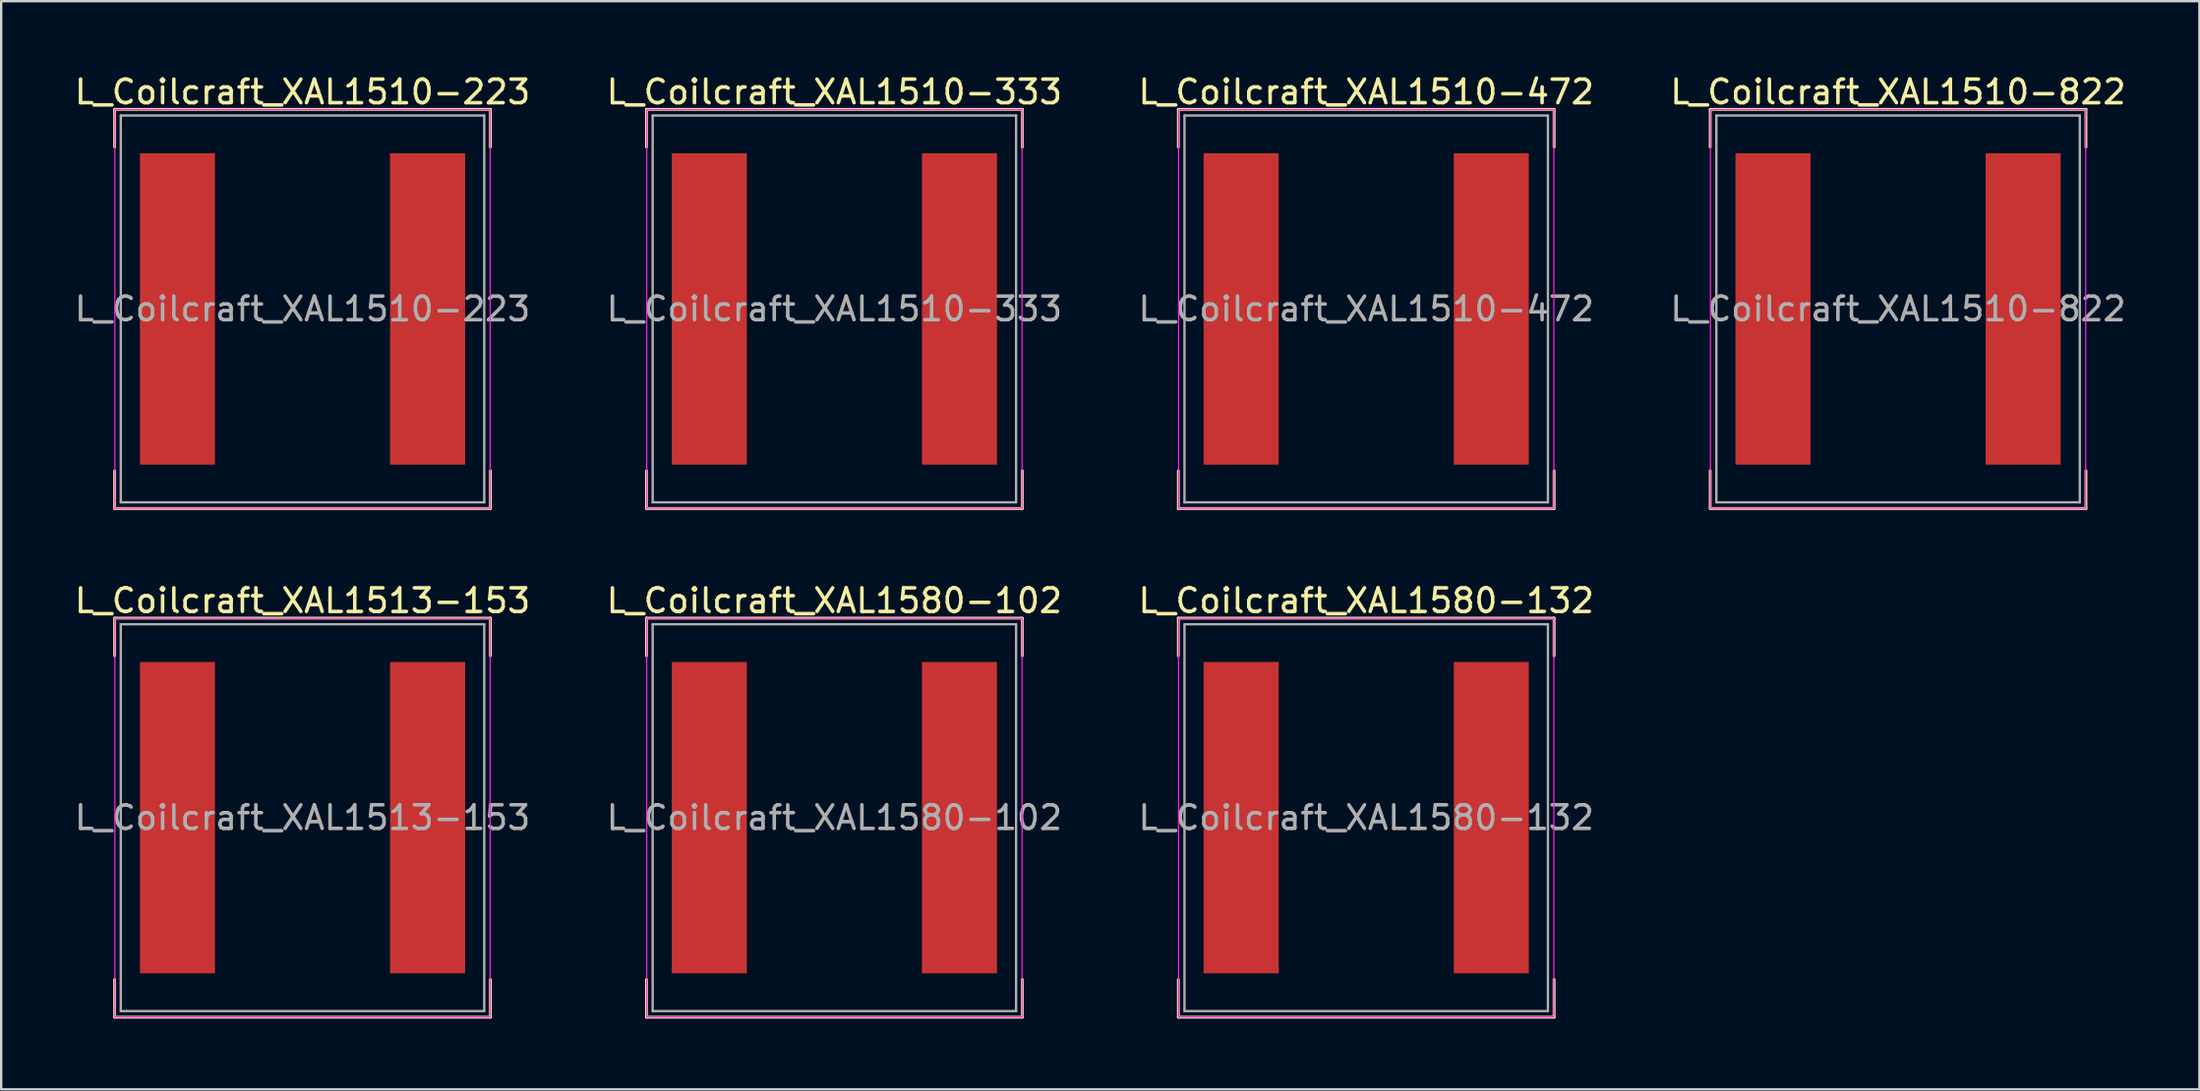
<source format=kicad_pcb>
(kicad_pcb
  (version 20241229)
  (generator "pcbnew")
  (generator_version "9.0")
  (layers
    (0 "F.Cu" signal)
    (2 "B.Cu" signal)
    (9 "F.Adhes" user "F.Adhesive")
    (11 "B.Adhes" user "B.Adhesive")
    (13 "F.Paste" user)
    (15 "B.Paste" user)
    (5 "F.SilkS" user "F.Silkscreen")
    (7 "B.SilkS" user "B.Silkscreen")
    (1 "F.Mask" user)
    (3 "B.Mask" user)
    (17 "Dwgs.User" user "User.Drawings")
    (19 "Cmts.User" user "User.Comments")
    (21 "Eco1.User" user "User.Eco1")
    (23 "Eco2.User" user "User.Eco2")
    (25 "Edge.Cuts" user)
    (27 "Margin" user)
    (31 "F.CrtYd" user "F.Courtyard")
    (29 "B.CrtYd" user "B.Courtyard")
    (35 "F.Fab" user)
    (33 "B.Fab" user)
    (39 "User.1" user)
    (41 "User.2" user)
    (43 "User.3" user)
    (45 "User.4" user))
  (footprint "L_Coilcraft_XAL1510-223"
    (layer "F.Cu")
    (at 9.768 10.048)
    (property "Reference" "L_Coilcraft_XAL1510-223" (at 0 -9.2 0) (layer "F.SilkS") (effects (font (size 1 1) (thickness 0.15))))
    (attr smd)
    (fp_line (start -7.96 -8.46) (end -7.96 -6.86) (stroke (width 0.12) (type solid)) (layer "F.SilkS"))
    (fp_line (start -7.96 -8.46) (end 7.96 -8.46) (stroke (width 0.12) (type solid)) (layer "F.SilkS"))
    (fp_line (start -7.96 8.46) (end -7.96 6.86) (stroke (width 0.12) (type solid)) (layer "F.SilkS"))
    (fp_line (start -7.96 8.46) (end 7.96 8.46) (stroke (width 0.12) (type solid)) (layer "F.SilkS"))
    (fp_line (start 7.96 -8.46) (end 7.96 -6.86) (stroke (width 0.12) (type solid)) (layer "F.SilkS"))
    (fp_line (start 7.96 8.46) (end 7.96 6.86) (stroke (width 0.12) (type solid)) (layer "F.SilkS"))
    (fp_line (start -7.95 -8.45) (end -7.95 8.45) (stroke (width 0.05) (type solid)) (layer "F.CrtYd"))
    (fp_line (start -7.95 8.45) (end 7.95 8.45) (stroke (width 0.05) (type solid)) (layer "F.CrtYd"))
    (fp_line (start 7.95 -8.45) (end -7.95 -8.45) (stroke (width 0.05) (type solid)) (layer "F.CrtYd"))
    (fp_line (start 7.95 8.45) (end 7.95 -8.45) (stroke (width 0.05) (type solid)) (layer "F.CrtYd"))
    (fp_line (start -7.7 -8.2) (end -7.7 8.2) (stroke (width 0.1) (type solid)) (layer "F.Fab"))
    (fp_line (start -7.7 8.2) (end 7.7 8.2) (stroke (width 0.1) (type solid)) (layer "F.Fab"))
    (fp_line (start 7.7 -8.2) (end -7.7 -8.2) (stroke (width 0.1) (type solid)) (layer "F.Fab"))
    (fp_line (start 7.7 8.2) (end 7.7 -8.2) (stroke (width 0.1) (type solid)) (layer "F.Fab"))
    (fp_text user "${REFERENCE}" (at 0 0 0) (layer "F.Fab") (effects (font (size 1 1) (thickness 0.15))))
    (pad "1" smd rect (at -5.3 0) (size 3.18 13.2) (layers "F.Cu" "F.Mask" "F.Paste"))
    (pad "2" smd rect (at 5.3 0) (size 3.18 13.2) (layers "F.Cu" "F.Mask" "F.Paste")))
  (footprint "L_Coilcraft_XAL1580-102"
    (layer "F.Cu")
    (at 32.304 31.616)
    (property "Reference" "L_Coilcraft_XAL1580-102" (at 0 -9.2 0) (layer "F.SilkS") (effects (font (size 1 1) (thickness 0.15))))
    (attr smd)
    (fp_line (start -7.96 -8.46) (end -7.96 -6.86) (stroke (width 0.12) (type solid)) (layer "F.SilkS"))
    (fp_line (start -7.96 -8.46) (end 7.96 -8.46) (stroke (width 0.12) (type solid)) (layer "F.SilkS"))
    (fp_line (start -7.96 8.46) (end -7.96 6.86) (stroke (width 0.12) (type solid)) (layer "F.SilkS"))
    (fp_line (start -7.96 8.46) (end 7.96 8.46) (stroke (width 0.12) (type solid)) (layer "F.SilkS"))
    (fp_line (start 7.96 -8.46) (end 7.96 -6.86) (stroke (width 0.12) (type solid)) (layer "F.SilkS"))
    (fp_line (start 7.96 8.46) (end 7.96 6.86) (stroke (width 0.12) (type solid)) (layer "F.SilkS"))
    (fp_line (start -7.95 -8.45) (end -7.95 8.45) (stroke (width 0.05) (type solid)) (layer "F.CrtYd"))
    (fp_line (start -7.95 8.45) (end 7.95 8.45) (stroke (width 0.05) (type solid)) (layer "F.CrtYd"))
    (fp_line (start 7.95 -8.45) (end -7.95 -8.45) (stroke (width 0.05) (type solid)) (layer "F.CrtYd"))
    (fp_line (start 7.95 8.45) (end 7.95 -8.45) (stroke (width 0.05) (type solid)) (layer "F.CrtYd"))
    (fp_line (start -7.7 -8.2) (end -7.7 8.2) (stroke (width 0.1) (type solid)) (layer "F.Fab"))
    (fp_line (start -7.7 8.2) (end 7.7 8.2) (stroke (width 0.1) (type solid)) (layer "F.Fab"))
    (fp_line (start 7.7 -8.2) (end -7.7 -8.2) (stroke (width 0.1) (type solid)) (layer "F.Fab"))
    (fp_line (start 7.7 8.2) (end 7.7 -8.2) (stroke (width 0.1) (type solid)) (layer "F.Fab"))
    (fp_text user "${REFERENCE}" (at 0 0 0) (layer "F.Fab") (effects (font (size 1 1) (thickness 0.15))))
    (pad "1" smd rect (at -5.3 0) (size 3.18 13.2) (layers "F.Cu" "F.Mask" "F.Paste"))
    (pad "2" smd rect (at 5.3 0) (size 3.18 13.2) (layers "F.Cu" "F.Mask" "F.Paste")))
  (footprint "L_Coilcraft_XAL1510-333"
    (layer "F.Cu")
    (at 32.304 10.048)
    (property "Reference" "L_Coilcraft_XAL1510-333" (at 0 -9.2 0) (layer "F.SilkS") (effects (font (size 1 1) (thickness 0.15))))
    (attr smd)
    (fp_line (start -7.96 -8.46) (end -7.96 -6.86) (stroke (width 0.12) (type solid)) (layer "F.SilkS"))
    (fp_line (start -7.96 -8.46) (end 7.96 -8.46) (stroke (width 0.12) (type solid)) (layer "F.SilkS"))
    (fp_line (start -7.96 8.46) (end -7.96 6.86) (stroke (width 0.12) (type solid)) (layer "F.SilkS"))
    (fp_line (start -7.96 8.46) (end 7.96 8.46) (stroke (width 0.12) (type solid)) (layer "F.SilkS"))
    (fp_line (start 7.96 -8.46) (end 7.96 -6.86) (stroke (width 0.12) (type solid)) (layer "F.SilkS"))
    (fp_line (start 7.96 8.46) (end 7.96 6.86) (stroke (width 0.12) (type solid)) (layer "F.SilkS"))
    (fp_line (start -7.95 -8.45) (end -7.95 8.45) (stroke (width 0.05) (type solid)) (layer "F.CrtYd"))
    (fp_line (start -7.95 8.45) (end 7.95 8.45) (stroke (width 0.05) (type solid)) (layer "F.CrtYd"))
    (fp_line (start 7.95 -8.45) (end -7.95 -8.45) (stroke (width 0.05) (type solid)) (layer "F.CrtYd"))
    (fp_line (start 7.95 8.45) (end 7.95 -8.45) (stroke (width 0.05) (type solid)) (layer "F.CrtYd"))
    (fp_line (start -7.7 -8.2) (end -7.7 8.2) (stroke (width 0.1) (type solid)) (layer "F.Fab"))
    (fp_line (start -7.7 8.2) (end 7.7 8.2) (stroke (width 0.1) (type solid)) (layer "F.Fab"))
    (fp_line (start 7.7 -8.2) (end -7.7 -8.2) (stroke (width 0.1) (type solid)) (layer "F.Fab"))
    (fp_line (start 7.7 8.2) (end 7.7 -8.2) (stroke (width 0.1) (type solid)) (layer "F.Fab"))
    (fp_text user "${REFERENCE}" (at 0 0 0) (layer "F.Fab") (effects (font (size 1 1) (thickness 0.15))))
    (pad "1" smd rect (at -5.3 0) (size 3.18 13.2) (layers "F.Cu" "F.Mask" "F.Paste"))
    (pad "2" smd rect (at 5.3 0) (size 3.18 13.2) (layers "F.Cu" "F.Mask" "F.Paste")))
  (footprint "L_Coilcraft_XAL1513-153"
    (layer "F.Cu")
    (at 9.768 31.616)
    (property "Reference" "L_Coilcraft_XAL1513-153" (at 0 -9.2 0) (layer "F.SilkS") (effects (font (size 1 1) (thickness 0.15))))
    (attr smd)
    (fp_line (start -7.96 -8.46) (end -7.96 -6.86) (stroke (width 0.12) (type solid)) (layer "F.SilkS"))
    (fp_line (start -7.96 -8.46) (end 7.96 -8.46) (stroke (width 0.12) (type solid)) (layer "F.SilkS"))
    (fp_line (start -7.96 8.46) (end -7.96 6.86) (stroke (width 0.12) (type solid)) (layer "F.SilkS"))
    (fp_line (start -7.96 8.46) (end 7.96 8.46) (stroke (width 0.12) (type solid)) (layer "F.SilkS"))
    (fp_line (start 7.96 -8.46) (end 7.96 -6.86) (stroke (width 0.12) (type solid)) (layer "F.SilkS"))
    (fp_line (start 7.96 8.46) (end 7.96 6.86) (stroke (width 0.12) (type solid)) (layer "F.SilkS"))
    (fp_line (start -7.95 -8.45) (end -7.95 8.45) (stroke (width 0.05) (type solid)) (layer "F.CrtYd"))
    (fp_line (start -7.95 8.45) (end 7.95 8.45) (stroke (width 0.05) (type solid)) (layer "F.CrtYd"))
    (fp_line (start 7.95 -8.45) (end -7.95 -8.45) (stroke (width 0.05) (type solid)) (layer "F.CrtYd"))
    (fp_line (start 7.95 8.45) (end 7.95 -8.45) (stroke (width 0.05) (type solid)) (layer "F.CrtYd"))
    (fp_line (start -7.7 -8.2) (end -7.7 8.2) (stroke (width 0.1) (type solid)) (layer "F.Fab"))
    (fp_line (start -7.7 8.2) (end 7.7 8.2) (stroke (width 0.1) (type solid)) (layer "F.Fab"))
    (fp_line (start 7.7 -8.2) (end -7.7 -8.2) (stroke (width 0.1) (type solid)) (layer "F.Fab"))
    (fp_line (start 7.7 8.2) (end 7.7 -8.2) (stroke (width 0.1) (type solid)) (layer "F.Fab"))
    (fp_text user "${REFERENCE}" (at 0 0 0) (layer "F.Fab") (effects (font (size 1 1) (thickness 0.15))))
    (pad "1" smd rect (at -5.3 0) (size 3.18 13.2) (layers "F.Cu" "F.Mask" "F.Paste"))
    (pad "2" smd rect (at 5.3 0) (size 3.18 13.2) (layers "F.Cu" "F.Mask" "F.Paste")))
  (footprint "L_Coilcraft_XAL1510-822"
    (layer "F.Cu")
    (at 77.375 10.048)
    (property "Reference" "L_Coilcraft_XAL1510-822" (at 0 -9.2 0) (layer "F.SilkS") (effects (font (size 1 1) (thickness 0.15))))
    (attr smd)
    (fp_line (start -7.96 -8.46) (end -7.96 -6.86) (stroke (width 0.12) (type solid)) (layer "F.SilkS"))
    (fp_line (start -7.96 -8.46) (end 7.96 -8.46) (stroke (width 0.12) (type solid)) (layer "F.SilkS"))
    (fp_line (start -7.96 8.46) (end -7.96 6.86) (stroke (width 0.12) (type solid)) (layer "F.SilkS"))
    (fp_line (start -7.96 8.46) (end 7.96 8.46) (stroke (width 0.12) (type solid)) (layer "F.SilkS"))
    (fp_line (start 7.96 -8.46) (end 7.96 -6.86) (stroke (width 0.12) (type solid)) (layer "F.SilkS"))
    (fp_line (start 7.96 8.46) (end 7.96 6.86) (stroke (width 0.12) (type solid)) (layer "F.SilkS"))
    (fp_line (start -7.95 -8.45) (end -7.95 8.45) (stroke (width 0.05) (type solid)) (layer "F.CrtYd"))
    (fp_line (start -7.95 8.45) (end 7.95 8.45) (stroke (width 0.05) (type solid)) (layer "F.CrtYd"))
    (fp_line (start 7.95 -8.45) (end -7.95 -8.45) (stroke (width 0.05) (type solid)) (layer "F.CrtYd"))
    (fp_line (start 7.95 8.45) (end 7.95 -8.45) (stroke (width 0.05) (type solid)) (layer "F.CrtYd"))
    (fp_line (start -7.7 -8.2) (end -7.7 8.2) (stroke (width 0.1) (type solid)) (layer "F.Fab"))
    (fp_line (start -7.7 8.2) (end 7.7 8.2) (stroke (width 0.1) (type solid)) (layer "F.Fab"))
    (fp_line (start 7.7 -8.2) (end -7.7 -8.2) (stroke (width 0.1) (type solid)) (layer "F.Fab"))
    (fp_line (start 7.7 8.2) (end 7.7 -8.2) (stroke (width 0.1) (type solid)) (layer "F.Fab"))
    (fp_text user "${REFERENCE}" (at 0 0 0) (layer "F.Fab") (effects (font (size 1 1) (thickness 0.15))))
    (pad "1" smd rect (at -5.3 0) (size 3.18 13.2) (layers "F.Cu" "F.Mask" "F.Paste"))
    (pad "2" smd rect (at 5.3 0) (size 3.18 13.2) (layers "F.Cu" "F.Mask" "F.Paste")))
  (footprint "L_Coilcraft_XAL1580-132"
    (layer "F.Cu")
    (at 54.839 31.616)
    (property "Reference" "L_Coilcraft_XAL1580-132" (at 0 -9.2 0) (layer "F.SilkS") (effects (font (size 1 1) (thickness 0.15))))
    (attr smd)
    (fp_line (start -7.96 -8.46) (end -7.96 -6.86) (stroke (width 0.12) (type solid)) (layer "F.SilkS"))
    (fp_line (start -7.96 -8.46) (end 7.96 -8.46) (stroke (width 0.12) (type solid)) (layer "F.SilkS"))
    (fp_line (start -7.96 8.46) (end -7.96 6.86) (stroke (width 0.12) (type solid)) (layer "F.SilkS"))
    (fp_line (start -7.96 8.46) (end 7.96 8.46) (stroke (width 0.12) (type solid)) (layer "F.SilkS"))
    (fp_line (start 7.96 -8.46) (end 7.96 -6.86) (stroke (width 0.12) (type solid)) (layer "F.SilkS"))
    (fp_line (start 7.96 8.46) (end 7.96 6.86) (stroke (width 0.12) (type solid)) (layer "F.SilkS"))
    (fp_line (start -7.95 -8.45) (end -7.95 8.45) (stroke (width 0.05) (type solid)) (layer "F.CrtYd"))
    (fp_line (start -7.95 8.45) (end 7.95 8.45) (stroke (width 0.05) (type solid)) (layer "F.CrtYd"))
    (fp_line (start 7.95 -8.45) (end -7.95 -8.45) (stroke (width 0.05) (type solid)) (layer "F.CrtYd"))
    (fp_line (start 7.95 8.45) (end 7.95 -8.45) (stroke (width 0.05) (type solid)) (layer "F.CrtYd"))
    (fp_line (start -7.7 -8.2) (end -7.7 8.2) (stroke (width 0.1) (type solid)) (layer "F.Fab"))
    (fp_line (start -7.7 8.2) (end 7.7 8.2) (stroke (width 0.1) (type solid)) (layer "F.Fab"))
    (fp_line (start 7.7 -8.2) (end -7.7 -8.2) (stroke (width 0.1) (type solid)) (layer "F.Fab"))
    (fp_line (start 7.7 8.2) (end 7.7 -8.2) (stroke (width 0.1) (type solid)) (layer "F.Fab"))
    (fp_text user "${REFERENCE}" (at 0 0 0) (layer "F.Fab") (effects (font (size 1 1) (thickness 0.15))))
    (pad "1" smd rect (at -5.3 0) (size 3.18 13.2) (layers "F.Cu" "F.Mask" "F.Paste"))
    (pad "2" smd rect (at 5.3 0) (size 3.18 13.2) (layers "F.Cu" "F.Mask" "F.Paste")))
  (footprint "L_Coilcraft_XAL1510-472"
    (layer "F.Cu")
    (at 54.839 10.048)
    (property "Reference" "L_Coilcraft_XAL1510-472" (at 0 -9.2 0) (layer "F.SilkS") (effects (font (size 1 1) (thickness 0.15))))
    (attr smd)
    (fp_line (start -7.96 -8.46) (end -7.96 -6.86) (stroke (width 0.12) (type solid)) (layer "F.SilkS"))
    (fp_line (start -7.96 -8.46) (end 7.96 -8.46) (stroke (width 0.12) (type solid)) (layer "F.SilkS"))
    (fp_line (start -7.96 8.46) (end -7.96 6.86) (stroke (width 0.12) (type solid)) (layer "F.SilkS"))
    (fp_line (start -7.96 8.46) (end 7.96 8.46) (stroke (width 0.12) (type solid)) (layer "F.SilkS"))
    (fp_line (start 7.96 -8.46) (end 7.96 -6.86) (stroke (width 0.12) (type solid)) (layer "F.SilkS"))
    (fp_line (start 7.96 8.46) (end 7.96 6.86) (stroke (width 0.12) (type solid)) (layer "F.SilkS"))
    (fp_line (start -7.95 -8.45) (end -7.95 8.45) (stroke (width 0.05) (type solid)) (layer "F.CrtYd"))
    (fp_line (start -7.95 8.45) (end 7.95 8.45) (stroke (width 0.05) (type solid)) (layer "F.CrtYd"))
    (fp_line (start 7.95 -8.45) (end -7.95 -8.45) (stroke (width 0.05) (type solid)) (layer "F.CrtYd"))
    (fp_line (start 7.95 8.45) (end 7.95 -8.45) (stroke (width 0.05) (type solid)) (layer "F.CrtYd"))
    (fp_line (start -7.7 -8.2) (end -7.7 8.2) (stroke (width 0.1) (type solid)) (layer "F.Fab"))
    (fp_line (start -7.7 8.2) (end 7.7 8.2) (stroke (width 0.1) (type solid)) (layer "F.Fab"))
    (fp_line (start 7.7 -8.2) (end -7.7 -8.2) (stroke (width 0.1) (type solid)) (layer "F.Fab"))
    (fp_line (start 7.7 8.2) (end 7.7 -8.2) (stroke (width 0.1) (type solid)) (layer "F.Fab"))
    (fp_text user "${REFERENCE}" (at 0 0 0) (layer "F.Fab") (effects (font (size 1 1) (thickness 0.15))))
    (pad "1" smd rect (at -5.3 0) (size 3.18 13.2) (layers "F.Cu" "F.Mask" "F.Paste"))
    (pad "2" smd rect (at 5.3 0) (size 3.18 13.2) (layers "F.Cu" "F.Mask" "F.Paste")))
  (gr_rect
    (start -3 -3)
    (end 90.143 43.136)
    (stroke (width 0.1) (type default))
    (fill no)
    (layer "Edge.Cuts")))
</source>
